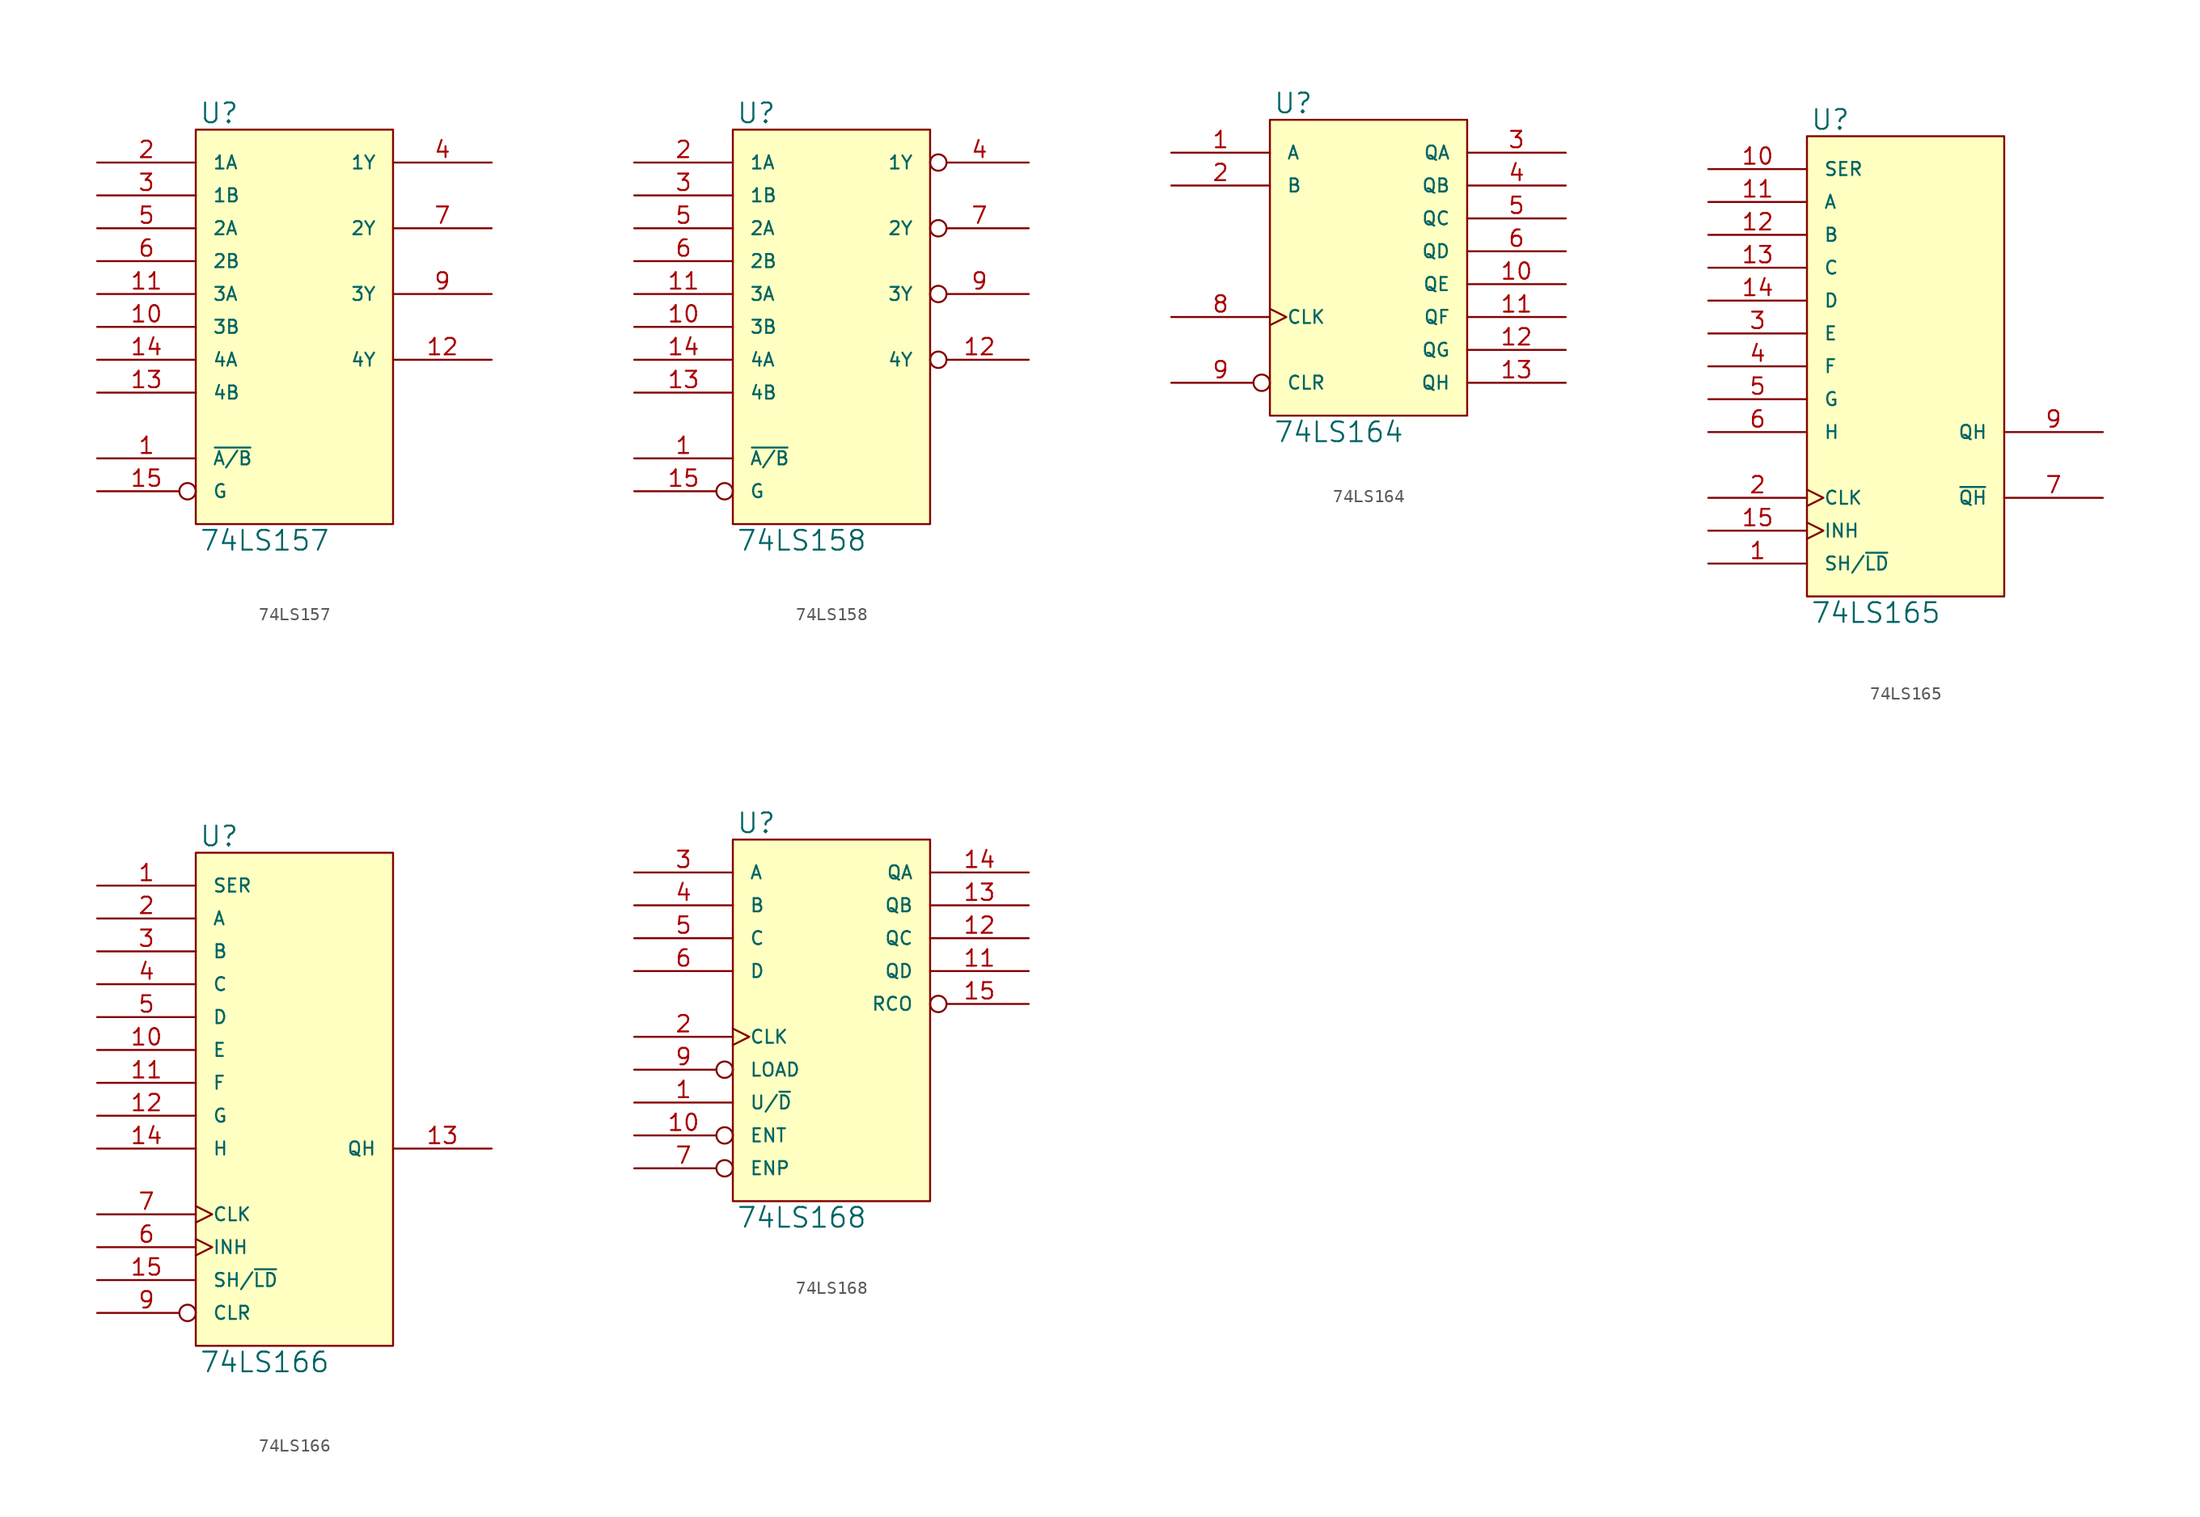
<source format=kicad_sym>
(kicad_symbol_lib
  (version 20231120)
  (generator "kicad_symbol_editor")
  (generator_version "8.0")
  (symbol "74LS157"
    (pin_names
      (offset 1.27))
    (property "Reference" "U"
      (at 0.254 0.381 0)
      (effects (font (size 1.524 1.524)) (justify left bottom)))
    (property "Value" "74LS157"
      (at 0.254 -30.861 0)
      (effects (font (size 1.524 1.524)) (justify left top)))
    (symbol "74LS157_0_1"
      (rectangle (start 0 0) (end 15.24 -30.48) (stroke (width 0) (type solid)) (fill (type background))))
    (symbol "74LS157_1_1"
      (pin input line (at -7.62 -25.4 0) (length 7.62) (name "~{A/B}" (effects (font (size 1.016 1.016)))) (number "1" (effects (font (size 1.27 1.27)))))
      (pin input line (at -7.62 -15.24 0) (length 7.62) (name "3B" (effects (font (size 1.016 1.016)))) (number "10" (effects (font (size 1.27 1.27)))))
      (pin input line (at -7.62 -12.7 0) (length 7.62) (name "3A" (effects (font (size 1.016 1.016)))) (number "11" (effects (font (size 1.27 1.27)))))
      (pin output line (at 22.86 -17.78 180) (length 7.62) (name "4Y" (effects (font (size 1.016 1.016)))) (number "12" (effects (font (size 1.27 1.27)))))
      (pin input line (at -7.62 -20.32 0) (length 7.62) (name "4B" (effects (font (size 1.016 1.016)))) (number "13" (effects (font (size 1.27 1.27)))))
      (pin input line (at -7.62 -17.78 0) (length 7.62) (name "4A" (effects (font (size 1.016 1.016)))) (number "14" (effects (font (size 1.27 1.27)))))
      (pin input inverted (at -7.62 -27.94 0) (length 7.62) (name "G" (effects (font (size 1.016 1.016)))) (number "15" (effects (font (size 1.27 1.27)))))
      (pin power_in line (at 0 0 270) (length 0) hide (name "VCC" (effects (font (size 1.016 1.016)))) (number "16" (effects (font (size 1.27 1.27)))))
      (pin input line (at -7.62 -2.54 0) (length 7.62) (name "1A" (effects (font (size 1.016 1.016)))) (number "2" (effects (font (size 1.27 1.27)))))
      (pin input line (at -7.62 -5.08 0) (length 7.62) (name "1B" (effects (font (size 1.016 1.016)))) (number "3" (effects (font (size 1.27 1.27)))))
      (pin output line (at 22.86 -2.54 180) (length 7.62) (name "1Y" (effects (font (size 1.016 1.016)))) (number "4" (effects (font (size 1.27 1.27)))))
      (pin input line (at -7.62 -7.62 0) (length 7.62) (name "2A" (effects (font (size 1.016 1.016)))) (number "5" (effects (font (size 1.27 1.27)))))
      (pin input line (at -7.62 -10.16 0) (length 7.62) (name "2B" (effects (font (size 1.016 1.016)))) (number "6" (effects (font (size 1.27 1.27)))))
      (pin output line (at 22.86 -7.62 180) (length 7.62) (name "2Y" (effects (font (size 1.016 1.016)))) (number "7" (effects (font (size 1.27 1.27)))))
      (pin power_in line (at 0 -30.48 90) (length 0) hide (name "GND" (effects (font (size 1.016 1.016)))) (number "8" (effects (font (size 1.27 1.27)))))
      (pin output line (at 22.86 -12.7 180) (length 7.62) (name "3Y" (effects (font (size 1.016 1.016)))) (number "9" (effects (font (size 1.27 1.27)))))))
  (symbol "74LS158"
    (pin_names
      (offset 1.27))
    (property "Reference" "U"
      (at 0.254 0.381 0)
      (effects (font (size 1.524 1.524)) (justify left bottom)))
    (property "Value" "74LS158"
      (at 0.254 -30.861 0)
      (effects (font (size 1.524 1.524)) (justify left top)))
    (symbol "74LS158_0_1"
      (rectangle (start 0 0) (end 15.24 -30.48) (stroke (width 0) (type solid)) (fill (type background))))
    (symbol "74LS158_1_1"
      (pin input line (at -7.62 -25.4 0) (length 7.62) (name "~{A/B}" (effects (font (size 1.016 1.016)))) (number "1" (effects (font (size 1.27 1.27)))))
      (pin input line (at -7.62 -15.24 0) (length 7.62) (name "3B" (effects (font (size 1.016 1.016)))) (number "10" (effects (font (size 1.27 1.27)))))
      (pin input line (at -7.62 -12.7 0) (length 7.62) (name "3A" (effects (font (size 1.016 1.016)))) (number "11" (effects (font (size 1.27 1.27)))))
      (pin output inverted (at 22.86 -17.78 180) (length 7.62) (name "4Y" (effects (font (size 1.016 1.016)))) (number "12" (effects (font (size 1.27 1.27)))))
      (pin input line (at -7.62 -20.32 0) (length 7.62) (name "4B" (effects (font (size 1.016 1.016)))) (number "13" (effects (font (size 1.27 1.27)))))
      (pin input line (at -7.62 -17.78 0) (length 7.62) (name "4A" (effects (font (size 1.016 1.016)))) (number "14" (effects (font (size 1.27 1.27)))))
      (pin input inverted (at -7.62 -27.94 0) (length 7.62) (name "G" (effects (font (size 1.016 1.016)))) (number "15" (effects (font (size 1.27 1.27)))))
      (pin power_in line (at 0 0 270) (length 0) hide (name "VCC" (effects (font (size 1.016 1.016)))) (number "16" (effects (font (size 1.27 1.27)))))
      (pin input line (at -7.62 -2.54 0) (length 7.62) (name "1A" (effects (font (size 1.016 1.016)))) (number "2" (effects (font (size 1.27 1.27)))))
      (pin input line (at -7.62 -5.08 0) (length 7.62) (name "1B" (effects (font (size 1.016 1.016)))) (number "3" (effects (font (size 1.27 1.27)))))
      (pin output inverted (at 22.86 -2.54 180) (length 7.62) (name "1Y" (effects (font (size 1.016 1.016)))) (number "4" (effects (font (size 1.27 1.27)))))
      (pin input line (at -7.62 -7.62 0) (length 7.62) (name "2A" (effects (font (size 1.016 1.016)))) (number "5" (effects (font (size 1.27 1.27)))))
      (pin input line (at -7.62 -10.16 0) (length 7.62) (name "2B" (effects (font (size 1.016 1.016)))) (number "6" (effects (font (size 1.27 1.27)))))
      (pin output inverted (at 22.86 -7.62 180) (length 7.62) (name "2Y" (effects (font (size 1.016 1.016)))) (number "7" (effects (font (size 1.27 1.27)))))
      (pin power_in line (at 0 -30.48 90) (length 0) hide (name "GND" (effects (font (size 1.016 1.016)))) (number "8" (effects (font (size 1.27 1.27)))))
      (pin output inverted (at 22.86 -12.7 180) (length 7.62) (name "3Y" (effects (font (size 1.016 1.016)))) (number "9" (effects (font (size 1.27 1.27)))))))
  (symbol "74LS164"
    (pin_names
      (offset 1.27))
    (property "Reference" "U"
      (at 0.254 0.381 0)
      (effects (font (size 1.524 1.524)) (justify left bottom)))
    (property "Value" "74LS164"
      (at 0.254 -23.241 0)
      (effects (font (size 1.524 1.524)) (justify left top)))
    (symbol "74LS164_0_1"
      (rectangle (start 0 0) (end 15.24 -22.86) (stroke (width 0) (type solid)) (fill (type background))))
    (symbol "74LS164_1_1"
      (pin input line (at -7.62 -2.54 0) (length 7.62) (name "A" (effects (font (size 1.016 1.016)))) (number "1" (effects (font (size 1.27 1.27)))))
      (pin output line (at 22.86 -12.7 180) (length 7.62) (name "QE" (effects (font (size 1.016 1.016)))) (number "10" (effects (font (size 1.27 1.27)))))
      (pin output line (at 22.86 -15.24 180) (length 7.62) (name "QF" (effects (font (size 1.016 1.016)))) (number "11" (effects (font (size 1.27 1.27)))))
      (pin output line (at 22.86 -17.78 180) (length 7.62) (name "QG" (effects (font (size 1.016 1.016)))) (number "12" (effects (font (size 1.27 1.27)))))
      (pin output line (at 22.86 -20.32 180) (length 7.62) (name "QH" (effects (font (size 1.016 1.016)))) (number "13" (effects (font (size 1.27 1.27)))))
      (pin power_in line (at 0 0 270) (length 0) hide (name "VCC" (effects (font (size 1.016 1.016)))) (number "14" (effects (font (size 1.27 1.27)))))
      (pin input line (at -7.62 -5.08 0) (length 7.62) (name "B" (effects (font (size 1.016 1.016)))) (number "2" (effects (font (size 1.27 1.27)))))
      (pin output line (at 22.86 -2.54 180) (length 7.62) (name "QA" (effects (font (size 1.016 1.016)))) (number "3" (effects (font (size 1.27 1.27)))))
      (pin output line (at 22.86 -5.08 180) (length 7.62) (name "QB" (effects (font (size 1.016 1.016)))) (number "4" (effects (font (size 1.27 1.27)))))
      (pin output line (at 22.86 -7.62 180) (length 7.62) (name "QC" (effects (font (size 1.016 1.016)))) (number "5" (effects (font (size 1.27 1.27)))))
      (pin output line (at 22.86 -10.16 180) (length 7.62) (name "QD" (effects (font (size 1.016 1.016)))) (number "6" (effects (font (size 1.27 1.27)))))
      (pin power_in line (at 0 -22.86 90) (length 0) hide (name "GND" (effects (font (size 1.016 1.016)))) (number "7" (effects (font (size 1.27 1.27)))))
      (pin input clock (at -7.62 -15.24 0) (length 7.62) (name "CLK" (effects (font (size 1.016 1.016)))) (number "8" (effects (font (size 1.27 1.27)))))
      (pin input inverted (at -7.62 -20.32 0) (length 7.62) (name "CLR" (effects (font (size 1.016 1.016)))) (number "9" (effects (font (size 1.27 1.27)))))))
  (symbol "74LS165"
    (pin_names
      (offset 1.27))
    (property "Reference" "U"
      (at 0.254 0.381 0)
      (effects (font (size 1.524 1.524)) (justify left bottom)))
    (property "Value" "74LS165"
      (at 0.254 -35.941 0)
      (effects (font (size 1.524 1.524)) (justify left top)))
    (symbol "74LS165_0_1"
      (rectangle (start 0 0) (end 15.24 -35.56) (stroke (width 0) (type solid)) (fill (type background))))
    (symbol "74LS165_1_1"
      (pin input line (at -7.62 -33.02 0) (length 7.62) (name "SH/~{LD}" (effects (font (size 1.016 1.016)))) (number "1" (effects (font (size 1.27 1.27)))))
      (pin input line (at -7.62 -2.54 0) (length 7.62) (name "SER" (effects (font (size 1.016 1.016)))) (number "10" (effects (font (size 1.27 1.27)))))
      (pin input line (at -7.62 -5.08 0) (length 7.62) (name "A" (effects (font (size 1.016 1.016)))) (number "11" (effects (font (size 1.27 1.27)))))
      (pin input line (at -7.62 -7.62 0) (length 7.62) (name "B" (effects (font (size 1.016 1.016)))) (number "12" (effects (font (size 1.27 1.27)))))
      (pin input line (at -7.62 -10.16 0) (length 7.62) (name "C" (effects (font (size 1.016 1.016)))) (number "13" (effects (font (size 1.27 1.27)))))
      (pin input line (at -7.62 -12.7 0) (length 7.62) (name "D" (effects (font (size 1.016 1.016)))) (number "14" (effects (font (size 1.27 1.27)))))
      (pin input clock (at -7.62 -30.48 0) (length 7.62) (name "INH" (effects (font (size 1.016 1.016)))) (number "15" (effects (font (size 1.27 1.27)))))
      (pin power_in line (at 0 0 270) (length 0) hide (name "VCC" (effects (font (size 1.016 1.016)))) (number "16" (effects (font (size 1.27 1.27)))))
      (pin input clock (at -7.62 -27.94 0) (length 7.62) (name "CLK" (effects (font (size 1.016 1.016)))) (number "2" (effects (font (size 1.27 1.27)))))
      (pin input line (at -7.62 -15.24 0) (length 7.62) (name "E" (effects (font (size 1.016 1.016)))) (number "3" (effects (font (size 1.27 1.27)))))
      (pin input line (at -7.62 -17.78 0) (length 7.62) (name "F" (effects (font (size 1.016 1.016)))) (number "4" (effects (font (size 1.27 1.27)))))
      (pin input line (at -7.62 -20.32 0) (length 7.62) (name "G" (effects (font (size 1.016 1.016)))) (number "5" (effects (font (size 1.27 1.27)))))
      (pin input line (at -7.62 -22.86 0) (length 7.62) (name "H" (effects (font (size 1.016 1.016)))) (number "6" (effects (font (size 1.27 1.27)))))
      (pin output line (at 22.86 -27.94 180) (length 7.62) (name "~{QH}" (effects (font (size 1.016 1.016)))) (number "7" (effects (font (size 1.27 1.27)))))
      (pin power_in line (at 0 -35.56 90) (length 0) hide (name "GND" (effects (font (size 1.016 1.016)))) (number "8" (effects (font (size 1.27 1.27)))))
      (pin output line (at 22.86 -22.86 180) (length 7.62) (name "QH" (effects (font (size 1.016 1.016)))) (number "9" (effects (font (size 1.27 1.27)))))))
  (symbol "74LS166"
    (pin_names
      (offset 1.27))
    (property "Reference" "U"
      (at 0.254 0.381 0)
      (effects (font (size 1.524 1.524)) (justify left bottom)))
    (property "Value" "74LS166"
      (at 0.254 -38.481 0)
      (effects (font (size 1.524 1.524)) (justify left top)))
    (symbol "74LS166_0_1"
      (rectangle (start 0 0) (end 15.24 -38.1) (stroke (width 0) (type solid)) (fill (type background))))
    (symbol "74LS166_1_1"
      (pin input line (at -7.62 -2.54 0) (length 7.62) (name "SER" (effects (font (size 1.016 1.016)))) (number "1" (effects (font (size 1.27 1.27)))))
      (pin input line (at -7.62 -15.24 0) (length 7.62) (name "E" (effects (font (size 1.016 1.016)))) (number "10" (effects (font (size 1.27 1.27)))))
      (pin input line (at -7.62 -17.78 0) (length 7.62) (name "F" (effects (font (size 1.016 1.016)))) (number "11" (effects (font (size 1.27 1.27)))))
      (pin input line (at -7.62 -20.32 0) (length 7.62) (name "G" (effects (font (size 1.016 1.016)))) (number "12" (effects (font (size 1.27 1.27)))))
      (pin output line (at 22.86 -22.86 180) (length 7.62) (name "QH" (effects (font (size 1.016 1.016)))) (number "13" (effects (font (size 1.27 1.27)))))
      (pin input line (at -7.62 -22.86 0) (length 7.62) (name "H" (effects (font (size 1.016 1.016)))) (number "14" (effects (font (size 1.27 1.27)))))
      (pin input line (at -7.62 -33.02 0) (length 7.62) (name "SH/~{LD}" (effects (font (size 1.016 1.016)))) (number "15" (effects (font (size 1.27 1.27)))))
      (pin power_in line (at 0 0 270) (length 0) hide (name "VCC" (effects (font (size 1.016 1.016)))) (number "16" (effects (font (size 1.27 1.27)))))
      (pin input line (at -7.62 -5.08 0) (length 7.62) (name "A" (effects (font (size 1.016 1.016)))) (number "2" (effects (font (size 1.27 1.27)))))
      (pin input line (at -7.62 -7.62 0) (length 7.62) (name "B" (effects (font (size 1.016 1.016)))) (number "3" (effects (font (size 1.27 1.27)))))
      (pin input line (at -7.62 -10.16 0) (length 7.62) (name "C" (effects (font (size 1.016 1.016)))) (number "4" (effects (font (size 1.27 1.27)))))
      (pin input line (at -7.62 -12.7 0) (length 7.62) (name "D" (effects (font (size 1.016 1.016)))) (number "5" (effects (font (size 1.27 1.27)))))
      (pin input clock (at -7.62 -30.48 0) (length 7.62) (name "INH" (effects (font (size 1.016 1.016)))) (number "6" (effects (font (size 1.27 1.27)))))
      (pin input clock (at -7.62 -27.94 0) (length 7.62) (name "CLK" (effects (font (size 1.016 1.016)))) (number "7" (effects (font (size 1.27 1.27)))))
      (pin power_in line (at 0 -38.1 90) (length 0) hide (name "GND" (effects (font (size 1.016 1.016)))) (number "8" (effects (font (size 1.27 1.27)))))
      (pin input inverted (at -7.62 -35.56 0) (length 7.62) (name "CLR" (effects (font (size 1.016 1.016)))) (number "9" (effects (font (size 1.27 1.27)))))))
  (symbol "74LS168"
    (pin_names
      (offset 1.27))
    (property "Reference" "U"
      (at 0.254 0.381 0)
      (effects (font (size 1.524 1.524)) (justify left bottom)))
    (property "Value" "74LS168"
      (at 0.254 -28.321 0)
      (effects (font (size 1.524 1.524)) (justify left top)))
    (symbol "74LS168_0_1"
      (rectangle (start 0 0) (end 15.24 -27.94) (stroke (width 0) (type solid)) (fill (type background))))
    (symbol "74LS168_1_1"
      (pin input line (at -7.62 -20.32 0) (length 7.62) (name "U/~{D}" (effects (font (size 1.016 1.016)))) (number "1" (effects (font (size 1.27 1.27)))))
      (pin input inverted (at -7.62 -22.86 0) (length 7.62) (name "ENT" (effects (font (size 1.016 1.016)))) (number "10" (effects (font (size 1.27 1.27)))))
      (pin output line (at 22.86 -10.16 180) (length 7.62) (name "QD" (effects (font (size 1.016 1.016)))) (number "11" (effects (font (size 1.27 1.27)))))
      (pin output line (at 22.86 -7.62 180) (length 7.62) (name "QC" (effects (font (size 1.016 1.016)))) (number "12" (effects (font (size 1.27 1.27)))))
      (pin output line (at 22.86 -5.08 180) (length 7.62) (name "QB" (effects (font (size 1.016 1.016)))) (number "13" (effects (font (size 1.27 1.27)))))
      (pin output line (at 22.86 -2.54 180) (length 7.62) (name "QA" (effects (font (size 1.016 1.016)))) (number "14" (effects (font (size 1.27 1.27)))))
      (pin output inverted (at 22.86 -12.7 180) (length 7.62) (name "RCO" (effects (font (size 1.016 1.016)))) (number "15" (effects (font (size 1.27 1.27)))))
      (pin power_in line (at 0 0 270) (length 0) hide (name "VCC" (effects (font (size 1.016 1.016)))) (number "16" (effects (font (size 1.27 1.27)))))
      (pin input clock (at -7.62 -15.24 0) (length 7.62) (name "CLK" (effects (font (size 1.016 1.016)))) (number "2" (effects (font (size 1.27 1.27)))))
      (pin input line (at -7.62 -2.54 0) (length 7.62) (name "A" (effects (font (size 1.016 1.016)))) (number "3" (effects (font (size 1.27 1.27)))))
      (pin input line (at -7.62 -5.08 0) (length 7.62) (name "B" (effects (font (size 1.016 1.016)))) (number "4" (effects (font (size 1.27 1.27)))))
      (pin input line (at -7.62 -7.62 0) (length 7.62) (name "C" (effects (font (size 1.016 1.016)))) (number "5" (effects (font (size 1.27 1.27)))))
      (pin input line (at -7.62 -10.16 0) (length 7.62) (name "D" (effects (font (size 1.016 1.016)))) (number "6" (effects (font (size 1.27 1.27)))))
      (pin input inverted (at -7.62 -25.4 0) (length 7.62) (name "ENP" (effects (font (size 1.016 1.016)))) (number "7" (effects (font (size 1.27 1.27)))))
      (pin power_in line (at 0 -27.94 90) (length 0) hide (name "GND" (effects (font (size 1.016 1.016)))) (number "8" (effects (font (size 1.27 1.27)))))
      (pin input inverted (at -7.62 -17.78 0) (length 7.62) (name "LOAD" (effects (font (size 1.016 1.016)))) (number "9" (effects (font (size 1.27 1.27))))))))
</source>
